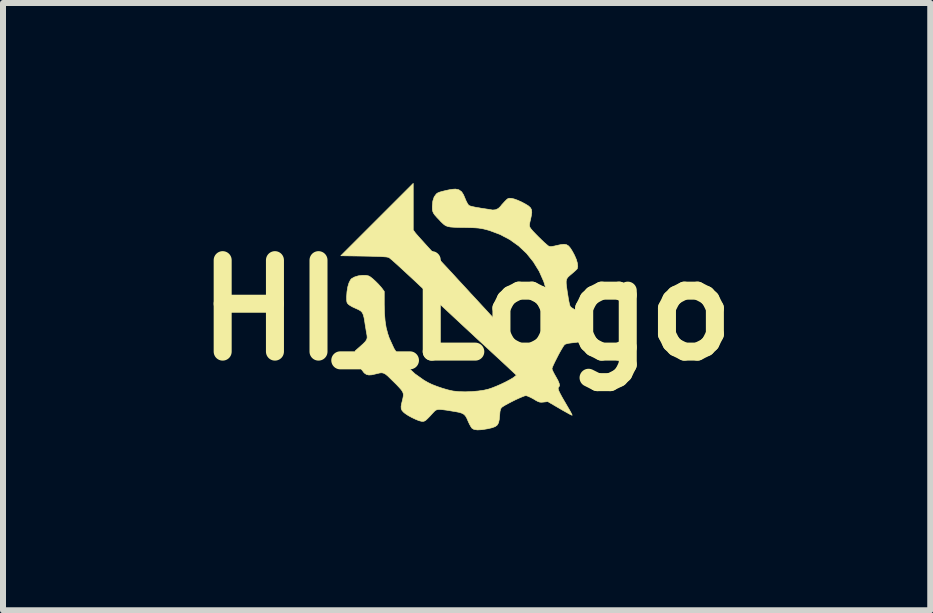
<source format=kicad_pcb>
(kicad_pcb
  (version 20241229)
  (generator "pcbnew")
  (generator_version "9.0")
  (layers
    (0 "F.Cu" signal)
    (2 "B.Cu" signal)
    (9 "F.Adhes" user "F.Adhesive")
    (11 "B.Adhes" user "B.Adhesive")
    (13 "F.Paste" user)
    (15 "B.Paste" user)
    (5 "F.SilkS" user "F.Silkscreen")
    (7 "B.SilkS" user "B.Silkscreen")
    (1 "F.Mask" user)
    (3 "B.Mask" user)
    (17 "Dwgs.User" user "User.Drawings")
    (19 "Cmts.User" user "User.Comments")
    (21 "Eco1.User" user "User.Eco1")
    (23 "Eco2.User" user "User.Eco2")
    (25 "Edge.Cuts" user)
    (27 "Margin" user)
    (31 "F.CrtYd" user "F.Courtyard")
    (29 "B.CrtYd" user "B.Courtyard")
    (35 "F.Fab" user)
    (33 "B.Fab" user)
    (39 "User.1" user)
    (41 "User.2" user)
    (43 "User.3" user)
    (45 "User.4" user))
  (footprint "HI_Logo"
    (layer "F.Cu")
    (at 4.724 2.119)
    (property "Reference" "HI_Logo" (at 0 0 0) (layer "F.SilkS") (effects (font (size 1.524 1.524) (thickness 0.3))))
    (attr through_hole)
    (fp_poly (pts (xy -0.889 -1.337) (xy -0.853 -1.288) (xy -0.837 -1.269) (xy -0.806 -1.233) (xy -0.761 -1.183) (xy -0.704 -1.12) (xy -0.638 -1.047) (xy -0.564 -0.966) (xy -0.483 -0.878) (xy -0.4 -0.787) (xy -0.311 -0.692) (xy -0.223 -0.597) (xy -0.139 -0.505) (xy -0.06 -0.42) (xy 0.011 -0.343) (xy 0.071 -0.277) (xy 0.119 -0.226) (xy 0.146 -0.197) (xy 0.19 -0.149) (xy 0.247 -0.087) (xy 0.314 -0.015) (xy 0.386 0.064) (xy 0.461 0.144) (xy 0.527 0.216) (xy 0.6 0.295) (xy 0.675 0.376) (xy 0.748 0.455) (xy 0.815 0.528) (xy 0.873 0.59) (xy 0.913 0.633) (xy 0.961 0.684) (xy 1.002 0.73) (xy 1.034 0.766) (xy 1.054 0.789) (xy 1.058 0.795) (xy 1.072 0.81) (xy 1.09 0.808) (xy 1.112 0.787) (xy 1.142 0.747) (xy 1.174 0.695) (xy 1.235 0.582) (xy 1.283 0.47) (xy 1.322 0.347) (xy 1.337 0.293) (xy 1.351 0.211) (xy 1.361 0.113) (xy 1.365 0.008) (xy 1.364 -0.099) (xy 1.357 -0.197) (xy 1.345 -0.28) (xy 1.342 -0.292) (xy 1.286 -0.477) (xy 1.21 -0.649) (xy 1.113 -0.806) (xy 0.999 -0.948) (xy 0.867 -1.072) (xy 0.72 -1.177) (xy 0.557 -1.263) (xy 0.381 -1.329) (xy 0.333 -1.342) (xy 0.287 -1.354) (xy 0.244 -1.362) (xy 0.201 -1.369) (xy 0.15 -1.373) (xy 0.088 -1.376) (xy 0.008 -1.378) (xy -0.048 -1.379) (xy -0.141 -1.38) (xy -0.214 -1.383) (xy -0.269 -1.387) (xy -0.311 -1.395) (xy -0.344 -1.407) (xy -0.373 -1.425) (xy -0.401 -1.45) (xy -0.434 -1.482) (xy -0.445 -1.495) (xy -0.495 -1.547) (xy -0.53 -1.587) (xy -0.552 -1.619) (xy -0.564 -1.648) (xy -0.57 -1.679) (xy -0.571 -1.718) (xy -0.571 -1.731) (xy -0.563 -1.819) (xy -0.54 -1.889) (xy -0.503 -1.939) (xy -0.482 -1.954) (xy -0.452 -1.967) (xy -0.403 -1.981) (xy -0.345 -1.995) (xy -0.284 -2.008) (xy -0.228 -2.016) (xy -0.185 -2.019) (xy -0.185 -2.019) (xy -0.129 -2.007) (xy -0.083 -1.974) (xy -0.053 -1.927) (xy -0.032 -1.879) (xy -0.011 -1.828) (xy -0.007 -1.82) (xy 0.012 -1.783) (xy 0.031 -1.754) (xy 0.037 -1.748) (xy 0.057 -1.738) (xy 0.098 -1.727) (xy 0.154 -1.715) (xy 0.222 -1.704) (xy 0.229 -1.702) (xy 0.295 -1.692) (xy 0.355 -1.683) (xy 0.403 -1.675) (xy 0.433 -1.67) (xy 0.436 -1.67) (xy 0.482 -1.674) (xy 0.528 -1.695) (xy 0.564 -1.729) (xy 0.583 -1.754) (xy 0.613 -1.787) (xy 0.637 -1.813) (xy 0.668 -1.844) (xy 0.691 -1.861) (xy 0.715 -1.866) (xy 0.748 -1.864) (xy 0.749 -1.864) (xy 0.792 -1.854) (xy 0.848 -1.834) (xy 0.911 -1.806) (xy 0.972 -1.774) (xy 1.025 -1.742) (xy 1.037 -1.733) (xy 1.066 -1.705) (xy 1.082 -1.673) (xy 1.086 -1.63) (xy 1.078 -1.573) (xy 1.067 -1.52) (xy 1.054 -1.466) (xy 1.048 -1.431) (xy 1.048 -1.406) (xy 1.053 -1.387) (xy 1.059 -1.376) (xy 1.075 -1.353) (xy 1.106 -1.317) (xy 1.148 -1.273) (xy 1.195 -1.225) (xy 1.244 -1.177) (xy 1.291 -1.132) (xy 1.331 -1.097) (xy 1.36 -1.073) (xy 1.368 -1.068) (xy 1.388 -1.062) (xy 1.417 -1.062) (xy 1.46 -1.069) (xy 1.506 -1.08) (xy 1.573 -1.094) (xy 1.624 -1.099) (xy 1.665 -1.092) (xy 1.699 -1.071) (xy 1.731 -1.033) (xy 1.766 -0.976) (xy 1.798 -0.916) (xy 1.828 -0.847) (xy 1.846 -0.784) (xy 1.852 -0.731) (xy 1.844 -0.693) (xy 1.839 -0.686) (xy 1.821 -0.668) (xy 1.791 -0.641) (xy 1.753 -0.608) (xy 1.748 -0.604) (xy 1.716 -0.577) (xy 1.692 -0.555) (xy 1.675 -0.533) (xy 1.664 -0.509) (xy 1.659 -0.478) (xy 1.66 -0.438) (xy 1.667 -0.383) (xy 1.677 -0.311) (xy 1.692 -0.218) (xy 1.693 -0.209) (xy 1.703 -0.154) (xy 1.713 -0.106) (xy 1.723 -0.073) (xy 1.726 -0.065) (xy 1.746 -0.045) (xy 1.786 -0.02) (xy 1.842 0.01) (xy 1.861 0.019) (xy 1.915 0.044) (xy 1.95 0.064) (xy 1.972 0.08) (xy 1.985 0.097) (xy 1.993 0.12) (xy 1.995 0.124) (xy 2.001 0.154) (xy 2.003 0.188) (xy 1.999 0.233) (xy 1.989 0.295) (xy 1.989 0.297) (xy 1.972 0.382) (xy 1.954 0.444) (xy 1.932 0.487) (xy 1.907 0.513) (xy 1.895 0.52) (xy 1.867 0.528) (xy 1.823 0.536) (xy 1.771 0.542) (xy 1.763 0.542) (xy 1.694 0.551) (xy 1.648 0.564) (xy 1.633 0.573) (xy 1.618 0.591) (xy 1.595 0.628) (xy 1.566 0.677) (xy 1.534 0.735) (xy 1.503 0.796) (xy 1.473 0.855) (xy 1.448 0.907) (xy 1.43 0.948) (xy 1.423 0.973) (xy 1.422 0.975) (xy 1.429 0.995) (xy 1.445 1.031) (xy 1.469 1.076) (xy 1.486 1.105) (xy 1.523 1.172) (xy 1.543 1.221) (xy 1.549 1.255) (xy 1.539 1.275) (xy 1.537 1.276) (xy 1.527 1.288) (xy 1.526 1.309) (xy 1.535 1.34) (xy 1.556 1.384) (xy 1.588 1.444) (xy 1.633 1.522) (xy 1.645 1.542) (xy 1.682 1.606) (xy 1.715 1.662) (xy 1.74 1.708) (xy 1.755 1.738) (xy 1.759 1.75) (xy 1.747 1.746) (xy 1.716 1.731) (xy 1.671 1.706) (xy 1.615 1.675) (xy 1.553 1.639) (xy 1.353 1.522) (xy 1.283 1.53) (xy 1.248 1.533) (xy 1.22 1.531) (xy 1.192 1.522) (xy 1.157 1.504) (xy 1.118 1.48) (xy 1.07 1.454) (xy 1.026 1.434) (xy 0.994 1.423) (xy 0.987 1.423) (xy 0.963 1.428) (xy 0.922 1.444) (xy 0.868 1.467) (xy 0.808 1.495) (xy 0.746 1.526) (xy 0.687 1.557) (xy 0.636 1.585) (xy 0.598 1.609) (xy 0.58 1.623) (xy 0.566 1.648) (xy 0.556 1.69) (xy 0.551 1.748) (xy 0.544 1.822) (xy 0.532 1.875) (xy 0.511 1.912) (xy 0.477 1.938) (xy 0.426 1.957) (xy 0.354 1.974) (xy 0.354 1.974) (xy 0.256 1.99) (xy 0.179 1.994) (xy 0.122 1.985) (xy 0.089 1.965) (xy 0.071 1.939) (xy 0.048 1.898) (xy 0.026 1.851) (xy 0.025 1.848) (xy 0.003 1.798) (xy -0.018 1.762) (xy -0.042 1.736) (xy -0.075 1.717) (xy -0.12 1.702) (xy -0.182 1.69) (xy -0.249 1.679) (xy -0.334 1.665) (xy -0.398 1.657) (xy -0.445 1.653) (xy -0.479 1.654) (xy -0.504 1.661) (xy -0.525 1.673) (xy -0.545 1.693) (xy -0.562 1.711) (xy -0.613 1.767) (xy -0.651 1.806) (xy -0.679 1.832) (xy -0.702 1.846) (xy -0.723 1.852) (xy -0.744 1.851) (xy -0.754 1.85) (xy -0.796 1.839) (xy -0.852 1.816) (xy -0.913 1.787) (xy -0.973 1.754) (xy -1.023 1.721) (xy -1.051 1.698) (xy -1.076 1.67) (xy -1.089 1.64) (xy -1.091 1.602) (xy -1.082 1.551) (xy -1.073 1.516) (xy -1.061 1.465) (xy -1.054 1.426) (xy -1.054 1.393) (xy -1.065 1.361) (xy -1.086 1.328) (xy -1.121 1.288) (xy -1.17 1.236) (xy -1.21 1.197) (xy -1.27 1.138) (xy -1.315 1.094) (xy -1.351 1.065) (xy -1.382 1.049) (xy -1.411 1.042) (xy -1.443 1.044) (xy -1.482 1.053) (xy -1.511 1.06) (xy -1.579 1.076) (xy -1.629 1.079) (xy -1.668 1.07) (xy -1.701 1.048) (xy -1.711 1.038) (xy -1.747 0.991) (xy -1.784 0.93) (xy -1.816 0.862) (xy -1.84 0.798) (xy -1.851 0.744) (xy -1.852 0.742) (xy -1.857 0.678) (xy -1.774 0.605) (xy -1.722 0.558) (xy -1.686 0.521) (xy -1.666 0.491) (xy -1.657 0.462) (xy -1.658 0.429) (xy -1.662 0.403) (xy -1.67 0.362) (xy -1.679 0.305) (xy -1.69 0.24) (xy -1.696 0.197) (xy -1.708 0.126) (xy -1.722 0.074) (xy -1.739 0.038) (xy -1.765 0.011) (xy -1.803 -0.011) (xy -1.852 -0.033) (xy -1.9 -0.055) (xy -1.942 -0.079) (xy -1.968 -0.098) (xy -1.985 -0.116) (xy -1.994 -0.136) (xy -1.998 -0.166) (xy -1.999 -0.213) (xy -1.999 -0.222) (xy -1.993 -0.308) (xy -1.98 -0.388) (xy -1.96 -0.455) (xy -1.935 -0.505) (xy -1.917 -0.526) (xy -1.869 -0.553) (xy -1.806 -0.573) (xy -1.738 -0.582) (xy -1.672 -0.581) (xy -1.63 -0.571) (xy -1.601 -0.554) (xy -1.561 -0.522) (xy -1.516 -0.481) (xy -1.47 -0.435) (xy -1.429 -0.389) (xy -1.408 -0.363) (xy -1.372 -0.314) (xy -1.372 -0.092) (xy -1.368 0.051) (xy -1.358 0.175) (xy -1.341 0.286) (xy -1.314 0.389) (xy -1.289 0.463) (xy -1.211 0.634) (xy -1.113 0.791) (xy -0.995 0.934) (xy -0.86 1.06) (xy -0.709 1.167) (xy -0.644 1.204) (xy -0.576 1.237) (xy -0.491 1.27) (xy -0.4 1.301) (xy -0.31 1.327) (xy -0.23 1.345) (xy -0.216 1.347) (xy -0.127 1.356) (xy -0.024 1.359) (xy 0.085 1.355) (xy 0.192 1.346) (xy 0.289 1.332) (xy 0.362 1.315) (xy 0.422 1.295) (xy 0.493 1.267) (xy 0.569 1.234) (xy 0.642 1.199) (xy 0.709 1.164) (xy 0.763 1.133) (xy 0.793 1.112) (xy 0.83 1.082) (xy 0.723 0.982) (xy 0.684 0.945) (xy 0.63 0.895) (xy 0.566 0.835) (xy 0.494 0.769) (xy 0.419 0.7) (xy 0.356 0.641) (xy 0.283 0.574) (xy 0.212 0.509) (xy 0.147 0.449) (xy 0.091 0.396) (xy 0.046 0.355) (xy 0.019 0.33) (xy -0.048 0.268) (xy -0.127 0.194) (xy -0.221 0.107) (xy -0.33 0.005) (xy -0.425 -0.083) (xy -0.523 -0.173) (xy -0.604 -0.248) (xy -0.671 -0.31) (xy -0.726 -0.361) (xy -0.773 -0.404) (xy -0.812 -0.441) (xy -0.847 -0.474) (xy -0.876 -0.501) (xy -0.985 -0.602) (xy -1.076 -0.686) (xy -1.151 -0.755) (xy -1.209 -0.807) (xy -1.253 -0.845) (xy -1.282 -0.869) (xy -1.295 -0.878) (xy -1.311 -0.883) (xy -1.338 -0.888) (xy -1.378 -0.891) (xy -1.435 -0.895) (xy -1.51 -0.897) (xy -1.606 -0.9) (xy -1.711 -0.902) (xy -2.096 -0.908) (xy -0.889 -2.114) (xy -0.889 -1.337)) (stroke (width 0.01) (type solid)) (fill yes) (layer "F.SilkS")))
  (gr_rect
    (start -3 -3)
    (end 12.449 7.118)
    (stroke (width 0.1) (type default))
    (fill no)
    (layer "Edge.Cuts")))
</source>
